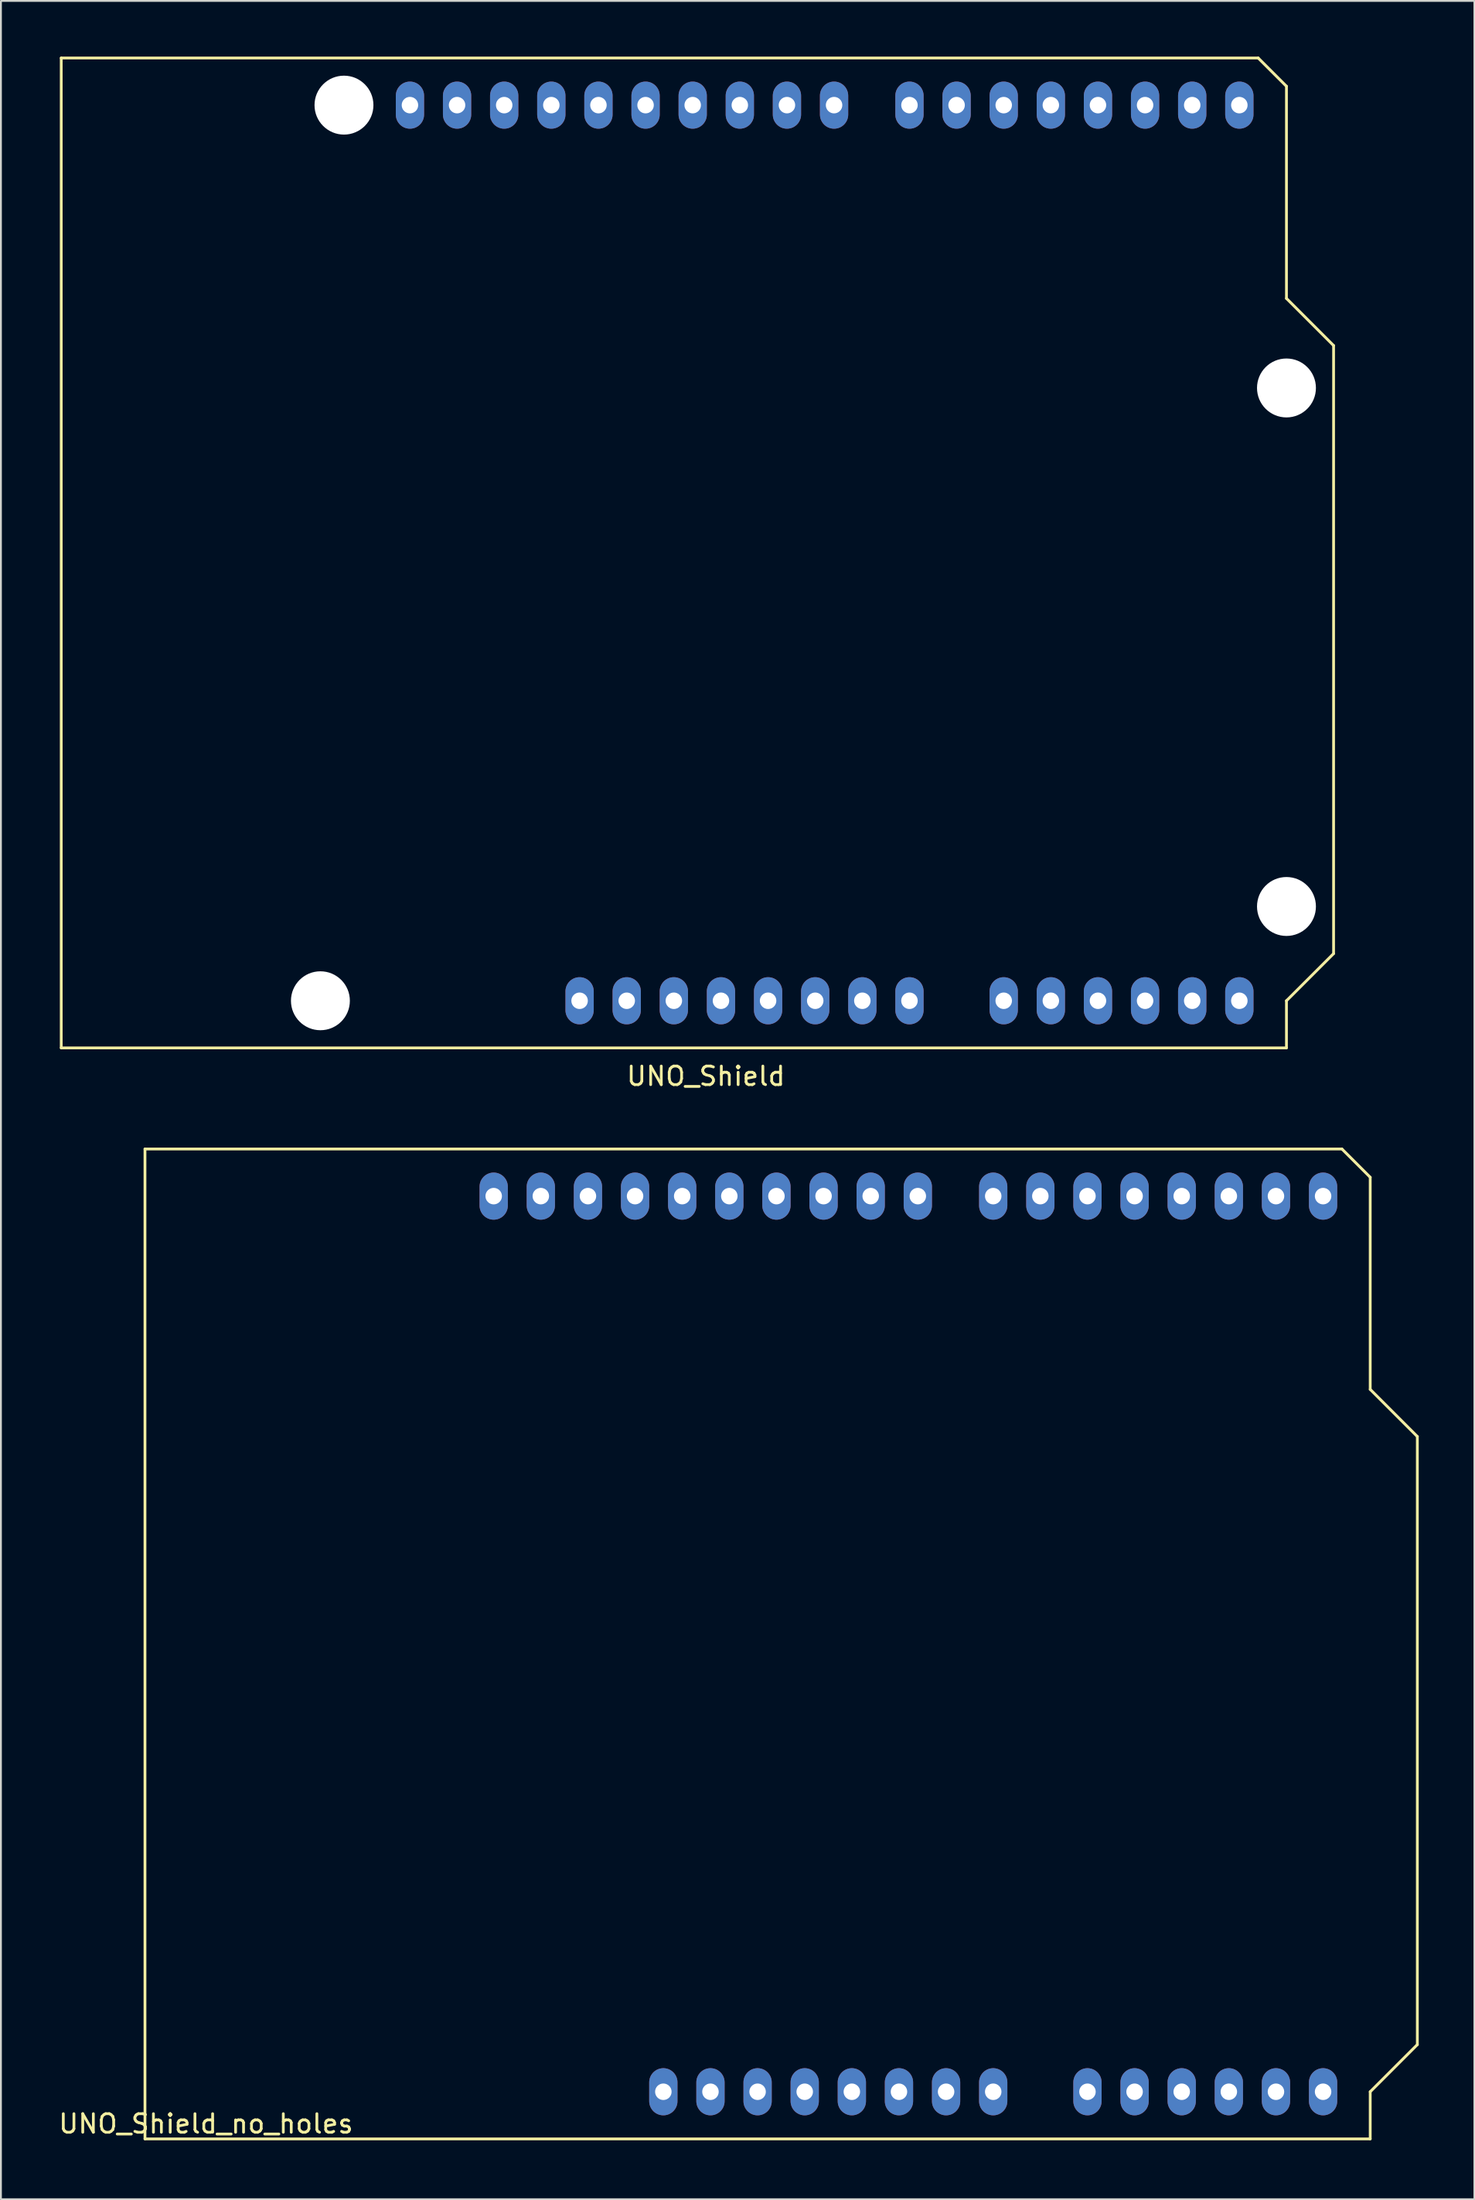
<source format=kicad_pcb>
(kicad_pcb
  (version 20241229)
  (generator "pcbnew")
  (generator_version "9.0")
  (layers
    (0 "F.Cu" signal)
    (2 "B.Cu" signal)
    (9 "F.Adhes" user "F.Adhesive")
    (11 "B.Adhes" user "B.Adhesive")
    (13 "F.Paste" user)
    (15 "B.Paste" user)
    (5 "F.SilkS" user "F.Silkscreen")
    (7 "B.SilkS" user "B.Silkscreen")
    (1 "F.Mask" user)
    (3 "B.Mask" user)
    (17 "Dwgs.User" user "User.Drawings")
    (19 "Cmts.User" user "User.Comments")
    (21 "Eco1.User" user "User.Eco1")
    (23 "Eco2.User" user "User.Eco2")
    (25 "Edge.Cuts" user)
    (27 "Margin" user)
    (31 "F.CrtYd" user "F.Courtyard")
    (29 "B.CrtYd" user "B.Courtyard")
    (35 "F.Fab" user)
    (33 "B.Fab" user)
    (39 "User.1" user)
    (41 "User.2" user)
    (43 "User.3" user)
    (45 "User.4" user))
  (footprint "UNO_Shield"
    (layer "F.Cu")
    (at 0.25 53.415)
    (property "Reference" "UNO_Shield" (at 34.747 1.524 0) (layer "F.SilkS") (effects (font (size 1 1) (thickness 0.15))))
    (attr through_hole)
    (fp_line (start 0 -53.34) (end 0 0) (stroke (width 0.15) (type solid)) (layer "F.SilkS"))
    (fp_line (start 0 0) (end 66.04 0) (stroke (width 0.15) (type solid)) (layer "F.SilkS"))
    (fp_line (start 64.516 -53.34) (end 0 -53.34) (stroke (width 0.15) (type solid)) (layer "F.SilkS"))
    (fp_line (start 66.04 -51.816) (end 64.516 -53.34) (stroke (width 0.15) (type solid)) (layer "F.SilkS"))
    (fp_line (start 66.04 -40.386) (end 66.04 -51.816) (stroke (width 0.15) (type solid)) (layer "F.SilkS"))
    (fp_line (start 66.04 -2.54) (end 68.58 -5.08) (stroke (width 0.15) (type solid)) (layer "F.SilkS"))
    (fp_line (start 66.04 0) (end 66.04 -2.54) (stroke (width 0.15) (type solid)) (layer "F.SilkS"))
    (fp_line (start 68.58 -37.846) (end 66.04 -40.386) (stroke (width 0.15) (type solid)) (layer "F.SilkS"))
    (fp_line (start 68.58 -5.08) (end 68.58 -37.846) (stroke (width 0.15) (type solid)) (layer "F.SilkS"))
    (pad "" np_thru_hole circle (at 13.97 -2.54) (size 3.175 3.175) (drill 3.175) (layers "*.Cu" "*.Mask"))
    (pad "" np_thru_hole circle (at 15.24 -50.8) (size 3.175 3.175) (drill 3.175) (layers "*.Cu" "*.Mask"))
    (pad "" np_thru_hole circle (at 66.04 -35.56) (size 3.175 3.175) (drill 3.175) (layers "*.Cu" "*.Mask"))
    (pad "" np_thru_hole circle (at 66.04 -7.62) (size 3.175 3.175) (drill 3.175) (layers "*.Cu" "*.Mask"))
    (pad "1" thru_hole oval (at 27.94 -2.54) (size 1.524 2.54) (drill 0.889) (layers "*.Cu" "*.Mask"))
    (pad "2" thru_hole oval (at 30.48 -2.54) (size 1.524 2.54) (drill 0.889) (layers "*.Cu" "*.Mask"))
    (pad "3" thru_hole oval (at 33.02 -2.54) (size 1.524 2.54) (drill 0.889) (layers "*.Cu" "*.Mask"))
    (pad "4" thru_hole oval (at 35.56 -2.54) (size 1.524 2.54) (drill 0.889) (layers "*.Cu" "*.Mask"))
    (pad "5" thru_hole oval (at 38.1 -2.54) (size 1.524 2.54) (drill 0.889) (layers "*.Cu" "*.Mask"))
    (pad "6" thru_hole oval (at 40.64 -2.54) (size 1.524 2.54) (drill 0.889) (layers "*.Cu" "*.Mask"))
    (pad "7" thru_hole oval (at 43.18 -2.54) (size 1.524 2.54) (drill 0.889) (layers "*.Cu" "*.Mask"))
    (pad "8" thru_hole oval (at 45.72 -2.54) (size 1.524 2.54) (drill 0.889) (layers "*.Cu" "*.Mask"))
    (pad "9" thru_hole oval (at 50.8 -2.54) (size 1.524 2.54) (drill 0.889) (layers "*.Cu" "*.Mask"))
    (pad "10" thru_hole oval (at 53.34 -2.54) (size 1.524 2.54) (drill 0.889) (layers "*.Cu" "*.Mask"))
    (pad "11" thru_hole oval (at 55.88 -2.54) (size 1.524 2.54) (drill 0.889) (layers "*.Cu" "*.Mask"))
    (pad "12" thru_hole oval (at 58.42 -2.54) (size 1.524 2.54) (drill 0.889) (layers "*.Cu" "*.Mask"))
    (pad "13" thru_hole oval (at 60.96 -2.54) (size 1.524 2.54) (drill 0.889) (layers "*.Cu" "*.Mask"))
    (pad "14" thru_hole oval (at 63.5 -2.54) (size 1.524 2.54) (drill 0.889) (layers "*.Cu" "*.Mask"))
    (pad "15" thru_hole oval (at 18.796 -50.8) (size 1.524 2.54) (drill 0.889) (layers "*.Cu" "*.Mask"))
    (pad "16" thru_hole oval (at 21.336 -50.8) (size 1.524 2.54) (drill 0.889) (layers "*.Cu" "*.Mask"))
    (pad "17" thru_hole oval (at 23.876 -50.8) (size 1.524 2.54) (drill 0.889) (layers "*.Cu" "*.Mask"))
    (pad "18" thru_hole oval (at 26.416 -50.8) (size 1.524 2.54) (drill 0.889) (layers "*.Cu" "*.Mask"))
    (pad "19" thru_hole oval (at 28.956 -50.8) (size 1.524 2.54) (drill 0.889) (layers "*.Cu" "*.Mask"))
    (pad "20" thru_hole oval (at 31.496 -50.8) (size 1.524 2.54) (drill 0.889) (layers "*.Cu" "*.Mask"))
    (pad "21" thru_hole oval (at 34.036 -50.8) (size 1.524 2.54) (drill 0.889) (layers "*.Cu" "*.Mask"))
    (pad "22" thru_hole oval (at 36.576 -50.8) (size 1.524 2.54) (drill 0.889) (layers "*.Cu" "*.Mask"))
    (pad "23" thru_hole oval (at 39.116 -50.8) (size 1.524 2.54) (drill 0.889) (layers "*.Cu" "*.Mask"))
    (pad "24" thru_hole oval (at 41.656 -50.8) (size 1.524 2.54) (drill 0.889) (layers "*.Cu" "*.Mask"))
    (pad "25" thru_hole oval (at 45.72 -50.8) (size 1.524 2.54) (drill 0.889) (layers "*.Cu" "*.Mask"))
    (pad "26" thru_hole oval (at 48.26 -50.8) (size 1.524 2.54) (drill 0.889) (layers "*.Cu" "*.Mask"))
    (pad "27" thru_hole oval (at 50.8 -50.8) (size 1.524 2.54) (drill 0.889) (layers "*.Cu" "*.Mask"))
    (pad "28" thru_hole oval (at 53.34 -50.8) (size 1.524 2.54) (drill 0.889) (layers "*.Cu" "*.Mask"))
    (pad "29" thru_hole oval (at 55.88 -50.8) (size 1.524 2.54) (drill 0.889) (layers "*.Cu" "*.Mask"))
    (pad "30" thru_hole oval (at 58.42 -50.8) (size 1.524 2.54) (drill 0.889) (layers "*.Cu" "*.Mask"))
    (pad "31" thru_hole oval (at 60.96 -50.8) (size 1.524 2.54) (drill 0.889) (layers "*.Cu" "*.Mask"))
    (pad "32" thru_hole oval (at 63.5 -50.8) (size 1.524 2.54) (drill 0.889) (layers "*.Cu" "*.Mask")))
  (footprint "UNO_Shield_no_holes"
    (layer "F.Cu")
    (at 4.764 112.202)
    (property "Reference" "UNO_Shield_no_holes" (at 3.289 -0.813 0) (layer "F.SilkS") (effects (font (size 1 1) (thickness 0.15))))
    (attr through_hole)
    (fp_line (start 0 -53.34) (end 0 0) (stroke (width 0.15) (type solid)) (layer "F.SilkS"))
    (fp_line (start 0 0) (end 66.04 0) (stroke (width 0.15) (type solid)) (layer "F.SilkS"))
    (fp_line (start 64.516 -53.34) (end 0 -53.34) (stroke (width 0.15) (type solid)) (layer "F.SilkS"))
    (fp_line (start 66.04 -51.816) (end 64.516 -53.34) (stroke (width 0.15) (type solid)) (layer "F.SilkS"))
    (fp_line (start 66.04 -40.386) (end 66.04 -51.816) (stroke (width 0.15) (type solid)) (layer "F.SilkS"))
    (fp_line (start 66.04 -2.54) (end 68.58 -5.08) (stroke (width 0.15) (type solid)) (layer "F.SilkS"))
    (fp_line (start 66.04 0) (end 66.04 -2.54) (stroke (width 0.15) (type solid)) (layer "F.SilkS"))
    (fp_line (start 68.58 -37.846) (end 66.04 -40.386) (stroke (width 0.15) (type solid)) (layer "F.SilkS"))
    (fp_line (start 68.58 -5.08) (end 68.58 -37.846) (stroke (width 0.15) (type solid)) (layer "F.SilkS"))
    (pad "1" thru_hole oval (at 27.94 -2.54) (size 1.524 2.54) (drill 0.889) (layers "*.Cu" "*.Mask"))
    (pad "2" thru_hole oval (at 30.48 -2.54) (size 1.524 2.54) (drill 0.889) (layers "*.Cu" "*.Mask"))
    (pad "3" thru_hole oval (at 33.02 -2.54) (size 1.524 2.54) (drill 0.889) (layers "*.Cu" "*.Mask"))
    (pad "4" thru_hole oval (at 35.56 -2.54) (size 1.524 2.54) (drill 0.889) (layers "*.Cu" "*.Mask"))
    (pad "5" thru_hole oval (at 38.1 -2.54) (size 1.524 2.54) (drill 0.889) (layers "*.Cu" "*.Mask"))
    (pad "6" thru_hole oval (at 40.64 -2.54) (size 1.524 2.54) (drill 0.889) (layers "*.Cu" "*.Mask"))
    (pad "7" thru_hole oval (at 43.18 -2.54) (size 1.524 2.54) (drill 0.889) (layers "*.Cu" "*.Mask"))
    (pad "8" thru_hole oval (at 45.72 -2.54) (size 1.524 2.54) (drill 0.889) (layers "*.Cu" "*.Mask"))
    (pad "9" thru_hole oval (at 50.8 -2.54) (size 1.524 2.54) (drill 0.889) (layers "*.Cu" "*.Mask"))
    (pad "10" thru_hole oval (at 53.34 -2.54) (size 1.524 2.54) (drill 0.889) (layers "*.Cu" "*.Mask"))
    (pad "11" thru_hole oval (at 55.88 -2.54) (size 1.524 2.54) (drill 0.889) (layers "*.Cu" "*.Mask"))
    (pad "12" thru_hole oval (at 58.42 -2.54) (size 1.524 2.54) (drill 0.889) (layers "*.Cu" "*.Mask"))
    (pad "13" thru_hole oval (at 60.96 -2.54) (size 1.524 2.54) (drill 0.889) (layers "*.Cu" "*.Mask"))
    (pad "14" thru_hole oval (at 63.5 -2.54) (size 1.524 2.54) (drill 0.889) (layers "*.Cu" "*.Mask"))
    (pad "15" thru_hole oval (at 18.796 -50.8) (size 1.524 2.54) (drill 0.889) (layers "*.Cu" "*.Mask"))
    (pad "16" thru_hole oval (at 21.336 -50.8) (size 1.524 2.54) (drill 0.889) (layers "*.Cu" "*.Mask"))
    (pad "17" thru_hole oval (at 23.876 -50.8) (size 1.524 2.54) (drill 0.889) (layers "*.Cu" "*.Mask"))
    (pad "18" thru_hole oval (at 26.416 -50.8) (size 1.524 2.54) (drill 0.889) (layers "*.Cu" "*.Mask"))
    (pad "19" thru_hole oval (at 28.956 -50.8) (size 1.524 2.54) (drill 0.889) (layers "*.Cu" "*.Mask"))
    (pad "20" thru_hole oval (at 31.496 -50.8) (size 1.524 2.54) (drill 0.889) (layers "*.Cu" "*.Mask"))
    (pad "21" thru_hole oval (at 34.036 -50.8) (size 1.524 2.54) (drill 0.889) (layers "*.Cu" "*.Mask"))
    (pad "22" thru_hole oval (at 36.576 -50.8) (size 1.524 2.54) (drill 0.889) (layers "*.Cu" "*.Mask"))
    (pad "23" thru_hole oval (at 39.116 -50.8) (size 1.524 2.54) (drill 0.889) (layers "*.Cu" "*.Mask"))
    (pad "24" thru_hole oval (at 41.656 -50.8) (size 1.524 2.54) (drill 0.889) (layers "*.Cu" "*.Mask"))
    (pad "25" thru_hole oval (at 45.72 -50.8) (size 1.524 2.54) (drill 0.889) (layers "*.Cu" "*.Mask"))
    (pad "26" thru_hole oval (at 48.26 -50.8) (size 1.524 2.54) (drill 0.889) (layers "*.Cu" "*.Mask"))
    (pad "27" thru_hole oval (at 50.8 -50.8) (size 1.524 2.54) (drill 0.889) (layers "*.Cu" "*.Mask"))
    (pad "28" thru_hole oval (at 53.34 -50.8) (size 1.524 2.54) (drill 0.889) (layers "*.Cu" "*.Mask"))
    (pad "29" thru_hole oval (at 55.88 -50.8) (size 1.524 2.54) (drill 0.889) (layers "*.Cu" "*.Mask"))
    (pad "30" thru_hole oval (at 58.42 -50.8) (size 1.524 2.54) (drill 0.889) (layers "*.Cu" "*.Mask"))
    (pad "31" thru_hole oval (at 60.96 -50.8) (size 1.524 2.54) (drill 0.889) (layers "*.Cu" "*.Mask"))
    (pad "32" thru_hole oval (at 63.5 -50.8) (size 1.524 2.54) (drill 0.889) (layers "*.Cu" "*.Mask")))
  (gr_rect
    (start -3 -3)
    (end 76.419 115.452)
    (stroke (width 0.1) (type default))
    (fill no)
    (layer "Edge.Cuts")))
</source>
